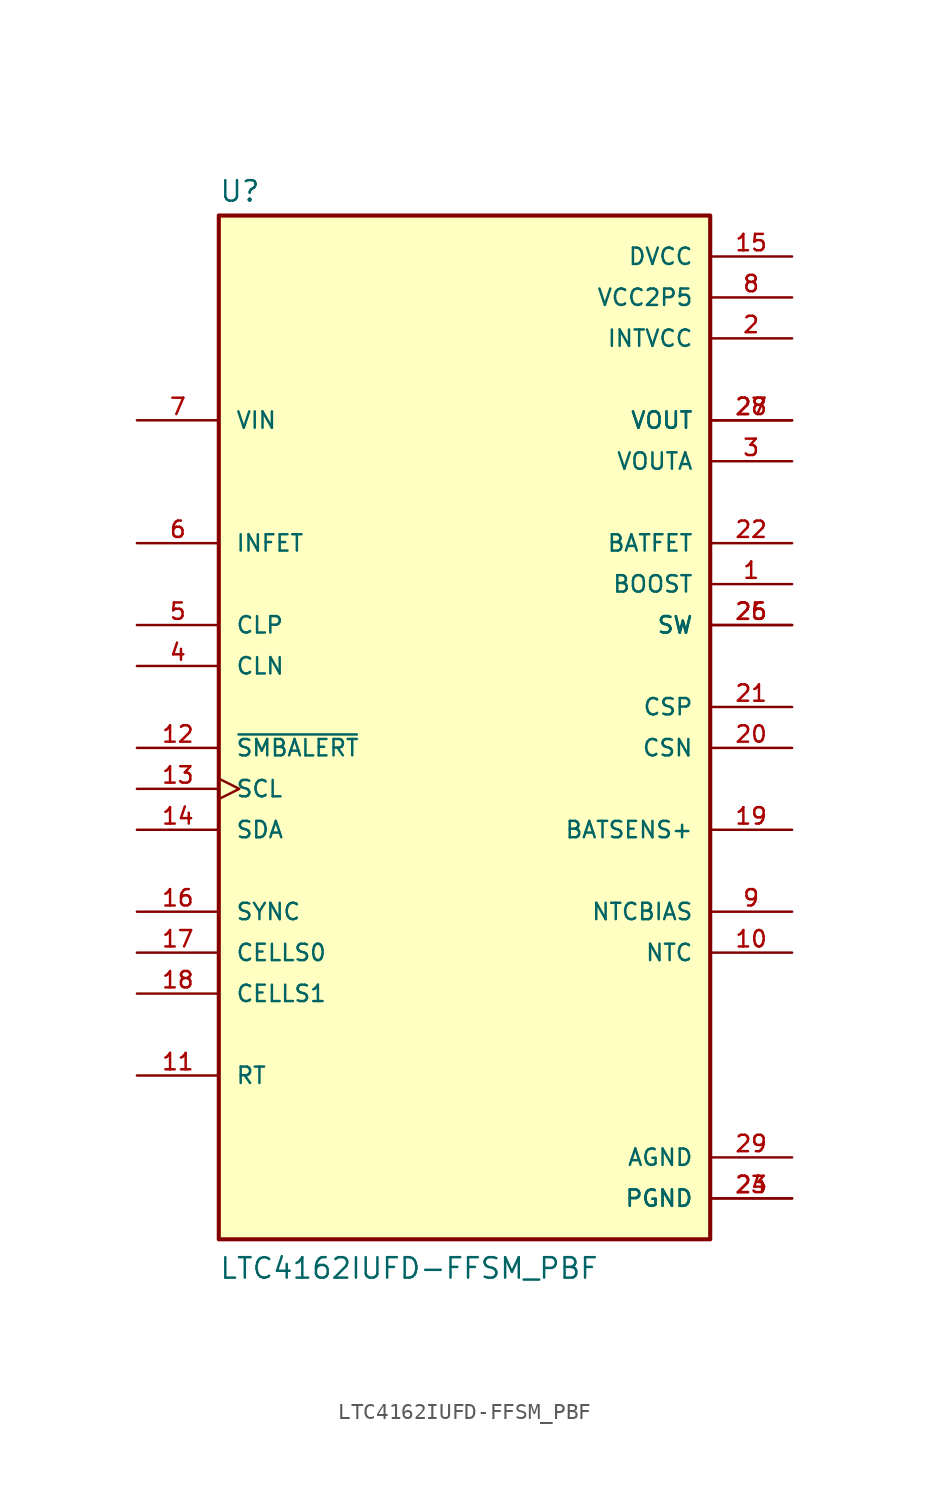
<source format=kicad_sym>
(kicad_symbol_lib
  (version 20211014)
  (generator kicad_symbol_editor)
  (symbol "LTC4162IUFD-FFSM_PBF"
    (pin_names
      (offset 1.016))
    (property "Reference" "U"
      (at -15.24 31.242 0)
      (effects (font (size 1.27 1.27)) (justify bottom left)))
    (property "Value" "LTC4162IUFD-FFSM_PBF"
      (at -15.24 -35.56 0)
      (effects (font (size 1.27 1.27)) (justify bottom left)))
    (symbol "LTC4162IUFD-FFSM_PBF_0_0"
      (rectangle (start -15.24 -33.02) (end 15.24 30.48) (stroke (width 0.254)) (fill (type background)))
      (pin passive line (at 20.32 7.62 180.0) (length 5.08) (name "BOOST" (effects (font (size 1.016 1.016)))) (number "1" (effects (font (size 1.016 1.016)))))
      (pin power_in line (at 20.32 22.86 180.0) (length 5.08) (name "INTVCC" (effects (font (size 1.016 1.016)))) (number "2" (effects (font (size 1.016 1.016)))))
      (pin output line (at 20.32 15.24 180.0) (length 5.08) (name "VOUTA" (effects (font (size 1.016 1.016)))) (number "3" (effects (font (size 1.016 1.016)))))
      (pin input line (at -20.32 2.54 0) (length 5.08) (name "CLN" (effects (font (size 1.016 1.016)))) (number "4" (effects (font (size 1.016 1.016)))))
      (pin input line (at -20.32 5.08 0) (length 5.08) (name "CLP" (effects (font (size 1.016 1.016)))) (number "5" (effects (font (size 1.016 1.016)))))
      (pin output line (at -20.32 10.16 0) (length 5.08) (name "INFET" (effects (font (size 1.016 1.016)))) (number "6" (effects (font (size 1.016 1.016)))))
      (pin input line (at -20.32 17.78 0) (length 5.08) (name "VIN" (effects (font (size 1.016 1.016)))) (number "7" (effects (font (size 1.016 1.016)))))
      (pin power_in line (at 20.32 25.4 180.0) (length 5.08) (name "VCC2P5" (effects (font (size 1.016 1.016)))) (number "8" (effects (font (size 1.016 1.016)))))
      (pin output line (at 20.32 -12.7 180.0) (length 5.08) (name "NTCBIAS" (effects (font (size 1.016 1.016)))) (number "9" (effects (font (size 1.016 1.016)))))
      (pin input line (at 20.32 -15.24 180.0) (length 5.08) (name "NTC" (effects (font (size 1.016 1.016)))) (number "10" (effects (font (size 1.016 1.016)))))
      (pin passive line (at -20.32 -22.86 0) (length 5.08) (name "RT" (effects (font (size 1.016 1.016)))) (number "11" (effects (font (size 1.016 1.016)))))
      (pin output line (at -20.32 -2.54 0) (length 5.08) (name "~{SMBALERT}" (effects (font (size 1.016 1.016)))) (number "12" (effects (font (size 1.016 1.016)))))
      (pin input clock (at -20.32 -5.08 0) (length 5.08) (name "SCL" (effects (font (size 1.016 1.016)))) (number "13" (effects (font (size 1.016 1.016)))))
      (pin bidirectional line (at -20.32 -7.62 0) (length 5.08) (name "SDA" (effects (font (size 1.016 1.016)))) (number "14" (effects (font (size 1.016 1.016)))))
      (pin power_in line (at 20.32 27.94 180.0) (length 5.08) (name "DVCC" (effects (font (size 1.016 1.016)))) (number "15" (effects (font (size 1.016 1.016)))))
      (pin input line (at -20.32 -15.24 0) (length 5.08) (name "CELLS0" (effects (font (size 1.016 1.016)))) (number "17" (effects (font (size 1.016 1.016)))))
      (pin input line (at -20.32 -12.7 0) (length 5.08) (name "SYNC" (effects (font (size 1.016 1.016)))) (number "16" (effects (font (size 1.016 1.016)))))
      (pin input line (at -20.32 -17.78 0) (length 5.08) (name "CELLS1" (effects (font (size 1.016 1.016)))) (number "18" (effects (font (size 1.016 1.016)))))
      (pin passive line (at 20.32 -7.62 180.0) (length 5.08) (name "BATSENS+" (effects (font (size 1.016 1.016)))) (number "19" (effects (font (size 1.016 1.016)))))
      (pin input line (at 20.32 -2.54 180.0) (length 5.08) (name "CSN" (effects (font (size 1.016 1.016)))) (number "20" (effects (font (size 1.016 1.016)))))
      (pin input line (at 20.32 0.0 180.0) (length 5.08) (name "CSP" (effects (font (size 1.016 1.016)))) (number "21" (effects (font (size 1.016 1.016)))))
      (pin input line (at 20.32 10.16 180.0) (length 5.08) (name "BATFET" (effects (font (size 1.016 1.016)))) (number "22" (effects (font (size 1.016 1.016)))))
      (pin power_in line (at 20.32 -30.48 180.0) (length 5.08) (name "PGND" (effects (font (size 1.016 1.016)))) (number "23" (effects (font (size 1.016 1.016)))))
      (pin power_in line (at 20.32 -30.48 180.0) (length 5.08) (name "PGND" (effects (font (size 1.016 1.016)))) (number "24" (effects (font (size 1.016 1.016)))))
      (pin bidirectional line (at 20.32 5.08 180.0) (length 5.08) (name "SW" (effects (font (size 1.016 1.016)))) (number "25" (effects (font (size 1.016 1.016)))))
      (pin bidirectional line (at 20.32 5.08 180.0) (length 5.08) (name "SW" (effects (font (size 1.016 1.016)))) (number "26" (effects (font (size 1.016 1.016)))))
      (pin output line (at 20.32 17.78 180.0) (length 5.08) (name "VOUT" (effects (font (size 1.016 1.016)))) (number "27" (effects (font (size 1.016 1.016)))))
      (pin output line (at 20.32 17.78 180.0) (length 5.08) (name "VOUT" (effects (font (size 1.016 1.016)))) (number "28" (effects (font (size 1.016 1.016)))))
      (pin power_in line (at 20.32 -27.94 180.0) (length 5.08) (name "AGND" (effects (font (size 1.016 1.016)))) (number "29" (effects (font (size 1.016 1.016))))))))
</source>
